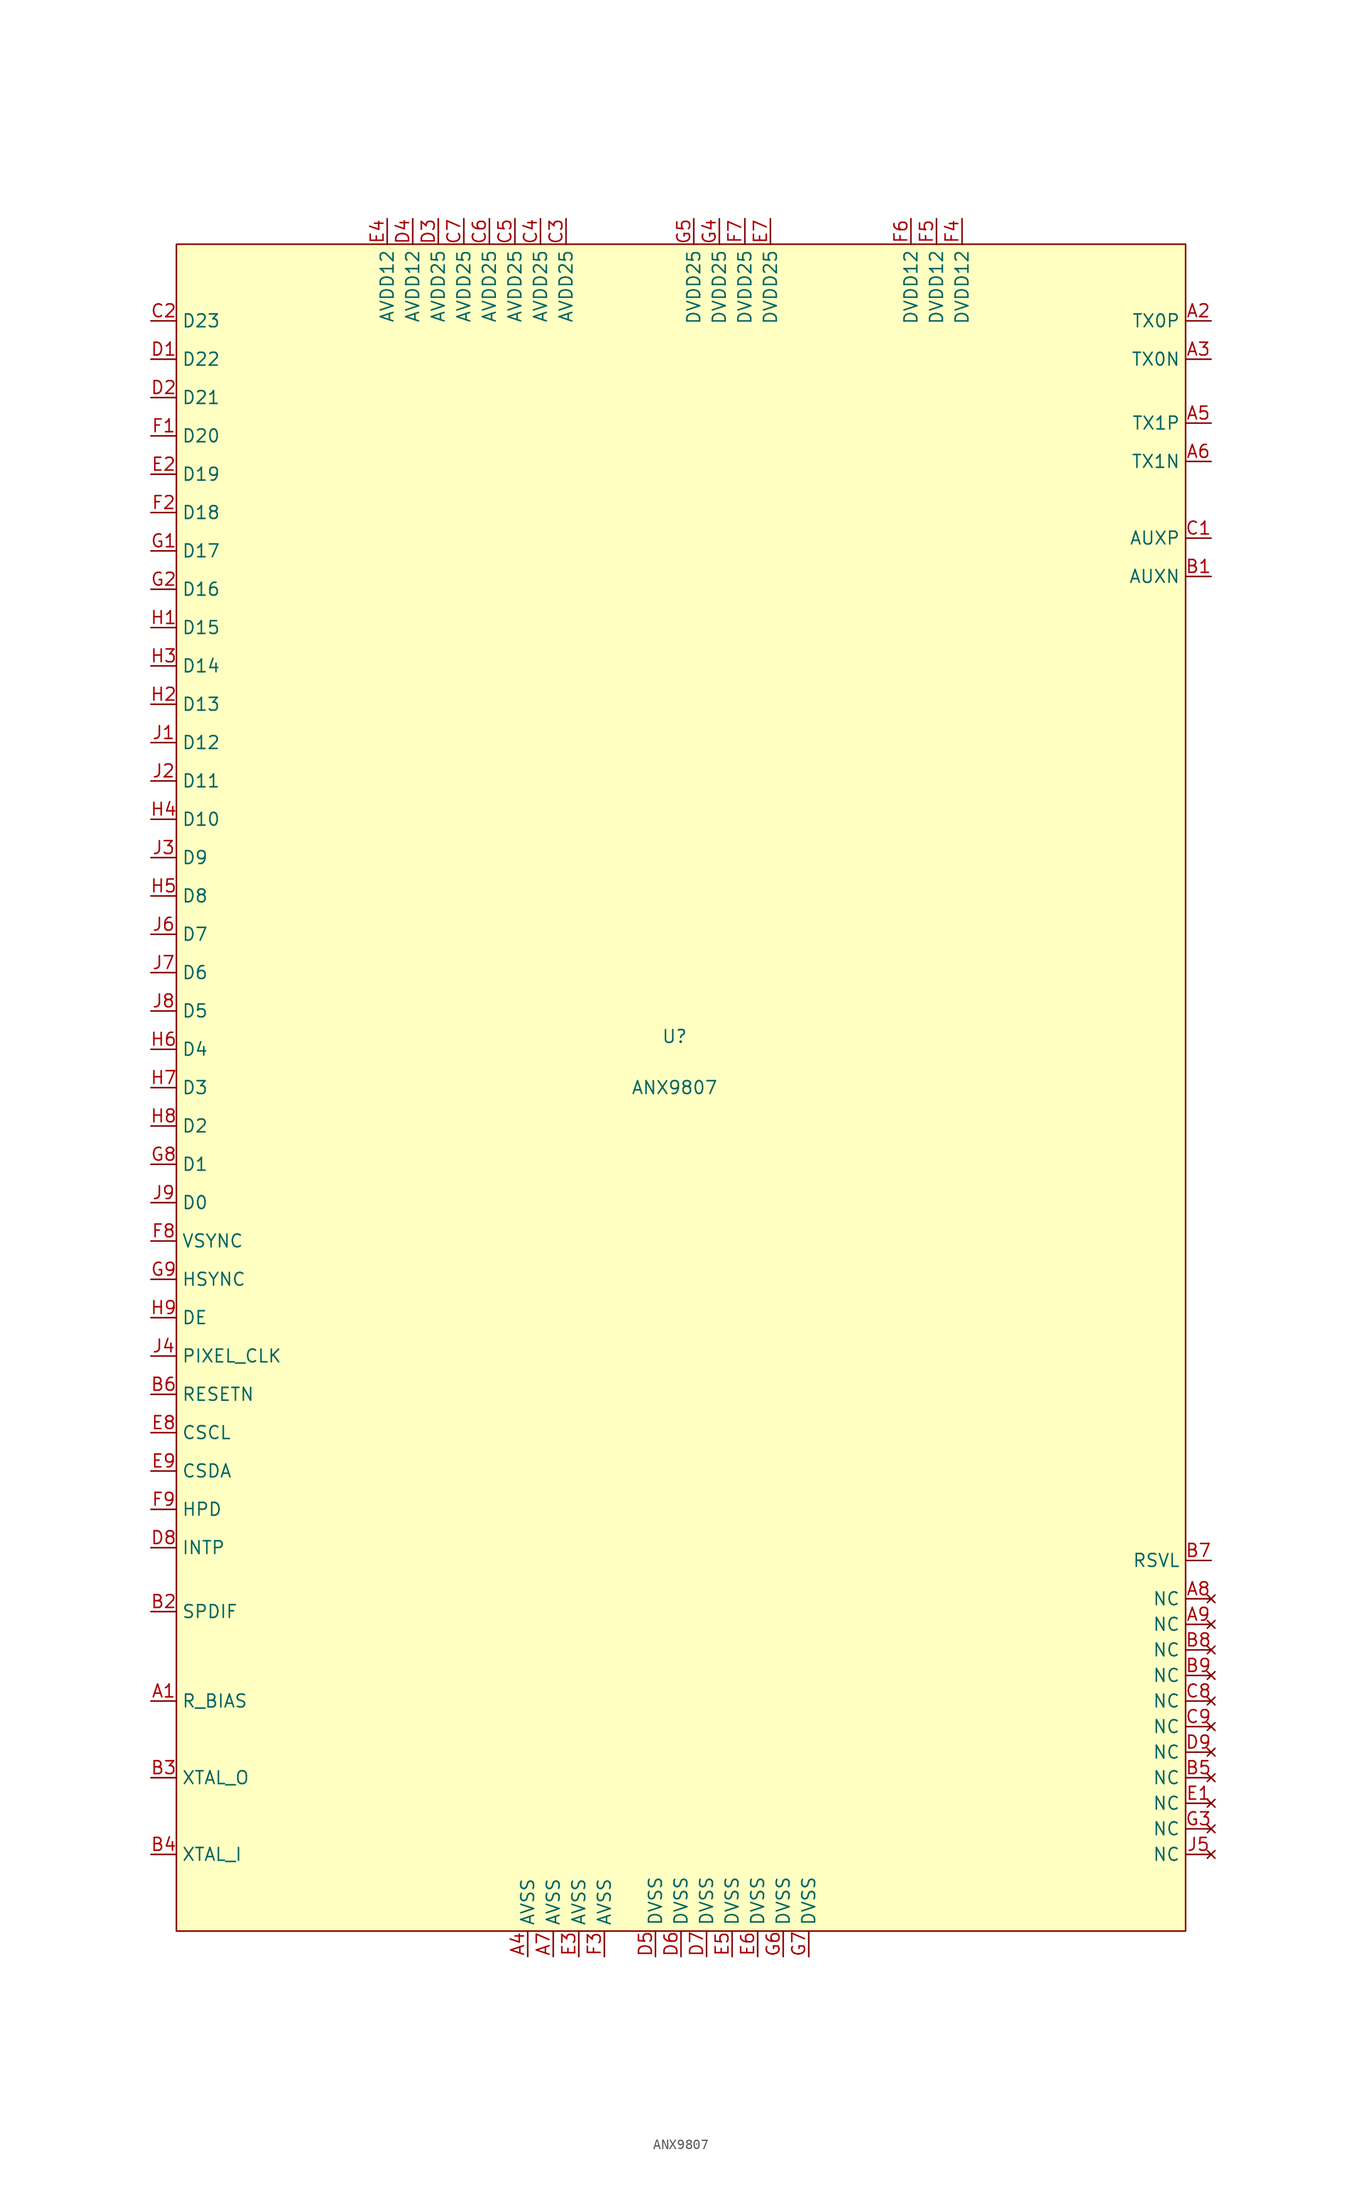
<source format=kicad_sym>
(kicad_symbol_lib
  (version 20211014)
  (generator kicad_symbol_editor)
  (symbol "ANX9807"
    (property "Reference" "U"
      (at 0 2.54 0)
      (effects (font (size 1.27 1.27))))
    (property "Value" "ANX9807"
      (at 0 -2.54 0)
      (effects (font (size 1.27 1.27))))
    (symbol "ANX9807_0_1"
      (rectangle (start -49.53 81.28) (end 50.8 -86.36) (stroke (width 0) (type default) (color 0 0 0 0)) (fill (type background))))
    (symbol "ANX9807_1_1"
      (pin input line (at -52.07 -63.5 0) (length 2.54) (name "R_BIAS" (effects (font (size 1.27 1.27)))) (number "A1" (effects (font (size 1.27 1.27)))))
      (pin output line (at 53.34 73.66 180) (length 2.54) (name "TX0P" (effects (font (size 1.27 1.27)))) (number "A2" (effects (font (size 1.27 1.27)))))
      (pin output line (at 53.34 69.85 180) (length 2.54) (name "TX0N" (effects (font (size 1.27 1.27)))) (number "A3" (effects (font (size 1.27 1.27)))))
      (pin input line (at -14.605 -88.9 90) (length 2.54) (name "AVSS" (effects (font (size 1.27 1.27)))) (number "A4" (effects (font (size 1.27 1.27)))))
      (pin output line (at 53.34 63.5 180) (length 2.54) (name "TX1P" (effects (font (size 1.27 1.27)))) (number "A5" (effects (font (size 1.27 1.27)))))
      (pin output line (at 53.34 59.69 180) (length 2.54) (name "TX1N" (effects (font (size 1.27 1.27)))) (number "A6" (effects (font (size 1.27 1.27)))))
      (pin input line (at -12.065 -88.9 90) (length 2.54) (name "AVSS" (effects (font (size 1.27 1.27)))) (number "A7" (effects (font (size 1.27 1.27)))))
      (pin no_connect line (at 53.34 -53.34 180) (length 2.54) (name "NC" (effects (font (size 1.27 1.27)))) (number "A8" (effects (font (size 1.27 1.27)))))
      (pin no_connect line (at 53.34 -55.88 180) (length 2.54) (name "NC" (effects (font (size 1.27 1.27)))) (number "A9" (effects (font (size 1.27 1.27)))))
      (pin output line (at 53.34 48.26 180) (length 2.54) (name "AUXN" (effects (font (size 1.27 1.27)))) (number "B1" (effects (font (size 1.27 1.27)))))
      (pin input line (at -52.07 -54.61 0) (length 2.54) (name "SPDIF" (effects (font (size 1.27 1.27)))) (number "B2" (effects (font (size 1.27 1.27)))))
      (pin output line (at -52.07 -71.12 0) (length 2.54) (name "XTAL_O" (effects (font (size 1.27 1.27)))) (number "B3" (effects (font (size 1.27 1.27)))))
      (pin input line (at -52.07 -78.74 0) (length 2.54) (name "XTAL_I" (effects (font (size 1.27 1.27)))) (number "B4" (effects (font (size 1.27 1.27)))))
      (pin no_connect line (at 53.34 -71.12 180) (length 2.54) (name "NC" (effects (font (size 1.27 1.27)))) (number "B5" (effects (font (size 1.27 1.27)))))
      (pin input line (at -52.07 -33.02 0) (length 2.54) (name "RESETN" (effects (font (size 1.27 1.27)))) (number "B6" (effects (font (size 1.27 1.27)))))
      (pin input line (at 53.34 -49.53 180) (length 2.54) (name "RSVL" (effects (font (size 1.27 1.27)))) (number "B7" (effects (font (size 1.27 1.27)))))
      (pin no_connect line (at 53.34 -58.42 180) (length 2.54) (name "NC" (effects (font (size 1.27 1.27)))) (number "B8" (effects (font (size 1.27 1.27)))))
      (pin no_connect line (at 53.34 -60.96 180) (length 2.54) (name "NC" (effects (font (size 1.27 1.27)))) (number "B9" (effects (font (size 1.27 1.27)))))
      (pin output line (at 53.34 52.07 180) (length 2.54) (name "AUXP" (effects (font (size 1.27 1.27)))) (number "C1" (effects (font (size 1.27 1.27)))))
      (pin input line (at -52.07 73.66 0) (length 2.54) (name "D23" (effects (font (size 1.27 1.27)))) (number "C2" (effects (font (size 1.27 1.27)))))
      (pin input line (at -10.795 83.82 270) (length 2.54) (name "AVDD25" (effects (font (size 1.27 1.27)))) (number "C3" (effects (font (size 1.27 1.27)))))
      (pin input line (at -13.335 83.82 270) (length 2.54) (name "AVDD25" (effects (font (size 1.27 1.27)))) (number "C4" (effects (font (size 1.27 1.27)))))
      (pin input line (at -15.875 83.82 270) (length 2.54) (name "AVDD25" (effects (font (size 1.27 1.27)))) (number "C5" (effects (font (size 1.27 1.27)))))
      (pin input line (at -18.415 83.82 270) (length 2.54) (name "AVDD25" (effects (font (size 1.27 1.27)))) (number "C6" (effects (font (size 1.27 1.27)))))
      (pin input line (at -20.955 83.82 270) (length 2.54) (name "AVDD25" (effects (font (size 1.27 1.27)))) (number "C7" (effects (font (size 1.27 1.27)))))
      (pin no_connect line (at 53.34 -63.5 180) (length 2.54) (name "NC" (effects (font (size 1.27 1.27)))) (number "C8" (effects (font (size 1.27 1.27)))))
      (pin no_connect line (at 53.34 -66.04 180) (length 2.54) (name "NC" (effects (font (size 1.27 1.27)))) (number "C9" (effects (font (size 1.27 1.27)))))
      (pin input line (at -52.07 69.85 0) (length 2.54) (name "D22" (effects (font (size 1.27 1.27)))) (number "D1" (effects (font (size 1.27 1.27)))))
      (pin input line (at -52.07 66.04 0) (length 2.54) (name "D21" (effects (font (size 1.27 1.27)))) (number "D2" (effects (font (size 1.27 1.27)))))
      (pin input line (at -23.495 83.82 270) (length 2.54) (name "AVDD25" (effects (font (size 1.27 1.27)))) (number "D3" (effects (font (size 1.27 1.27)))))
      (pin input line (at -26.035 83.82 270) (length 2.54) (name "AVDD12" (effects (font (size 1.27 1.27)))) (number "D4" (effects (font (size 1.27 1.27)))))
      (pin input line (at -1.905 -88.9 90) (length 2.54) (name "DVSS" (effects (font (size 1.27 1.27)))) (number "D5" (effects (font (size 1.27 1.27)))))
      (pin input line (at 0.635 -88.9 90) (length 2.54) (name "DVSS" (effects (font (size 1.27 1.27)))) (number "D6" (effects (font (size 1.27 1.27)))))
      (pin input line (at 3.175 -88.9 90) (length 2.54) (name "DVSS" (effects (font (size 1.27 1.27)))) (number "D7" (effects (font (size 1.27 1.27)))))
      (pin input line (at -52.07 -48.26 0) (length 2.54) (name "INTP" (effects (font (size 1.27 1.27)))) (number "D8" (effects (font (size 1.27 1.27)))))
      (pin no_connect line (at 53.34 -68.58 180) (length 2.54) (name "NC" (effects (font (size 1.27 1.27)))) (number "D9" (effects (font (size 1.27 1.27)))))
      (pin no_connect line (at 53.34 -73.66 180) (length 2.54) (name "NC" (effects (font (size 1.27 1.27)))) (number "E1" (effects (font (size 1.27 1.27)))))
      (pin input line (at -52.07 58.42 0) (length 2.54) (name "D19" (effects (font (size 1.27 1.27)))) (number "E2" (effects (font (size 1.27 1.27)))))
      (pin input line (at -9.525 -88.9 90) (length 2.54) (name "AVSS" (effects (font (size 1.27 1.27)))) (number "E3" (effects (font (size 1.27 1.27)))))
      (pin input line (at -28.575 83.82 270) (length 2.54) (name "AVDD12" (effects (font (size 1.27 1.27)))) (number "E4" (effects (font (size 1.27 1.27)))))
      (pin input line (at 5.715 -88.9 90) (length 2.54) (name "DVSS" (effects (font (size 1.27 1.27)))) (number "E5" (effects (font (size 1.27 1.27)))))
      (pin input line (at 8.255 -88.9 90) (length 2.54) (name "DVSS" (effects (font (size 1.27 1.27)))) (number "E6" (effects (font (size 1.27 1.27)))))
      (pin input line (at 9.525 83.82 270) (length 2.54) (name "DVDD25" (effects (font (size 1.27 1.27)))) (number "E7" (effects (font (size 1.27 1.27)))))
      (pin input line (at -52.07 -36.83 0) (length 2.54) (name "CSCL" (effects (font (size 1.27 1.27)))) (number "E8" (effects (font (size 1.27 1.27)))))
      (pin input line (at -52.07 -40.64 0) (length 2.54) (name "CSDA" (effects (font (size 1.27 1.27)))) (number "E9" (effects (font (size 1.27 1.27)))))
      (pin input line (at -52.07 62.23 0) (length 2.54) (name "D20" (effects (font (size 1.27 1.27)))) (number "F1" (effects (font (size 1.27 1.27)))))
      (pin input line (at -52.07 54.61 0) (length 2.54) (name "D18" (effects (font (size 1.27 1.27)))) (number "F2" (effects (font (size 1.27 1.27)))))
      (pin input line (at -6.985 -88.9 90) (length 2.54) (name "AVSS" (effects (font (size 1.27 1.27)))) (number "F3" (effects (font (size 1.27 1.27)))))
      (pin input line (at 28.575 83.82 270) (length 2.54) (name "DVDD12" (effects (font (size 1.27 1.27)))) (number "F4" (effects (font (size 1.27 1.27)))))
      (pin input line (at 26.035 83.82 270) (length 2.54) (name "DVDD12" (effects (font (size 1.27 1.27)))) (number "F5" (effects (font (size 1.27 1.27)))))
      (pin input line (at 23.495 83.82 270) (length 2.54) (name "DVDD12" (effects (font (size 1.27 1.27)))) (number "F6" (effects (font (size 1.27 1.27)))))
      (pin input line (at 6.985 83.82 270) (length 2.54) (name "DVDD25" (effects (font (size 1.27 1.27)))) (number "F7" (effects (font (size 1.27 1.27)))))
      (pin input line (at -52.07 -17.78 0) (length 2.54) (name "VSYNC" (effects (font (size 1.27 1.27)))) (number "F8" (effects (font (size 1.27 1.27)))))
      (pin output line (at -52.07 -44.45 0) (length 2.54) (name "HPD" (effects (font (size 1.27 1.27)))) (number "F9" (effects (font (size 1.27 1.27)))))
      (pin input line (at -52.07 50.8 0) (length 2.54) (name "D17" (effects (font (size 1.27 1.27)))) (number "G1" (effects (font (size 1.27 1.27)))))
      (pin input line (at -52.07 46.99 0) (length 2.54) (name "D16" (effects (font (size 1.27 1.27)))) (number "G2" (effects (font (size 1.27 1.27)))))
      (pin no_connect line (at 53.34 -76.2 180) (length 2.54) (name "NC" (effects (font (size 1.27 1.27)))) (number "G3" (effects (font (size 1.27 1.27)))))
      (pin input line (at 4.445 83.82 270) (length 2.54) (name "DVDD25" (effects (font (size 1.27 1.27)))) (number "G4" (effects (font (size 1.27 1.27)))))
      (pin input line (at 1.905 83.82 270) (length 2.54) (name "DVDD25" (effects (font (size 1.27 1.27)))) (number "G5" (effects (font (size 1.27 1.27)))))
      (pin input line (at 10.795 -88.9 90) (length 2.54) (name "DVSS" (effects (font (size 1.27 1.27)))) (number "G6" (effects (font (size 1.27 1.27)))))
      (pin input line (at 13.335 -88.9 90) (length 2.54) (name "DVSS" (effects (font (size 1.27 1.27)))) (number "G7" (effects (font (size 1.27 1.27)))))
      (pin input line (at -52.07 -10.16 0) (length 2.54) (name "D1" (effects (font (size 1.27 1.27)))) (number "G8" (effects (font (size 1.27 1.27)))))
      (pin input line (at -52.07 -21.59 0) (length 2.54) (name "HSYNC" (effects (font (size 1.27 1.27)))) (number "G9" (effects (font (size 1.27 1.27)))))
      (pin input line (at -52.07 43.18 0) (length 2.54) (name "D15" (effects (font (size 1.27 1.27)))) (number "H1" (effects (font (size 1.27 1.27)))))
      (pin input line (at -52.07 35.56 0) (length 2.54) (name "D13" (effects (font (size 1.27 1.27)))) (number "H2" (effects (font (size 1.27 1.27)))))
      (pin input line (at -52.07 39.37 0) (length 2.54) (name "D14" (effects (font (size 1.27 1.27)))) (number "H3" (effects (font (size 1.27 1.27)))))
      (pin input line (at -52.07 24.13 0) (length 2.54) (name "D10" (effects (font (size 1.27 1.27)))) (number "H4" (effects (font (size 1.27 1.27)))))
      (pin input line (at -52.07 16.51 0) (length 2.54) (name "D8" (effects (font (size 1.27 1.27)))) (number "H5" (effects (font (size 1.27 1.27)))))
      (pin input line (at -52.07 1.27 0) (length 2.54) (name "D4" (effects (font (size 1.27 1.27)))) (number "H6" (effects (font (size 1.27 1.27)))))
      (pin input line (at -52.07 -2.54 0) (length 2.54) (name "D3" (effects (font (size 1.27 1.27)))) (number "H7" (effects (font (size 1.27 1.27)))))
      (pin input line (at -52.07 -6.35 0) (length 2.54) (name "D2" (effects (font (size 1.27 1.27)))) (number "H8" (effects (font (size 1.27 1.27)))))
      (pin input line (at -52.07 -25.4 0) (length 2.54) (name "DE" (effects (font (size 1.27 1.27)))) (number "H9" (effects (font (size 1.27 1.27)))))
      (pin input line (at -52.07 31.75 0) (length 2.54) (name "D12" (effects (font (size 1.27 1.27)))) (number "J1" (effects (font (size 1.27 1.27)))))
      (pin input line (at -52.07 27.94 0) (length 2.54) (name "D11" (effects (font (size 1.27 1.27)))) (number "J2" (effects (font (size 1.27 1.27)))))
      (pin input line (at -52.07 20.32 0) (length 2.54) (name "D9" (effects (font (size 1.27 1.27)))) (number "J3" (effects (font (size 1.27 1.27)))))
      (pin input line (at -52.07 -29.21 0) (length 2.54) (name "PIXEL_CLK" (effects (font (size 1.27 1.27)))) (number "J4" (effects (font (size 1.27 1.27)))))
      (pin no_connect line (at 53.34 -78.74 180) (length 2.54) (name "NC" (effects (font (size 1.27 1.27)))) (number "J5" (effects (font (size 1.27 1.27)))))
      (pin input line (at -52.07 12.7 0) (length 2.54) (name "D7" (effects (font (size 1.27 1.27)))) (number "J6" (effects (font (size 1.27 1.27)))))
      (pin input line (at -52.07 8.89 0) (length 2.54) (name "D6" (effects (font (size 1.27 1.27)))) (number "J7" (effects (font (size 1.27 1.27)))))
      (pin input line (at -52.07 5.08 0) (length 2.54) (name "D5" (effects (font (size 1.27 1.27)))) (number "J8" (effects (font (size 1.27 1.27)))))
      (pin input line (at -52.07 -13.97 0) (length 2.54) (name "D0" (effects (font (size 1.27 1.27)))) (number "J9" (effects (font (size 1.27 1.27))))))))
</source>
